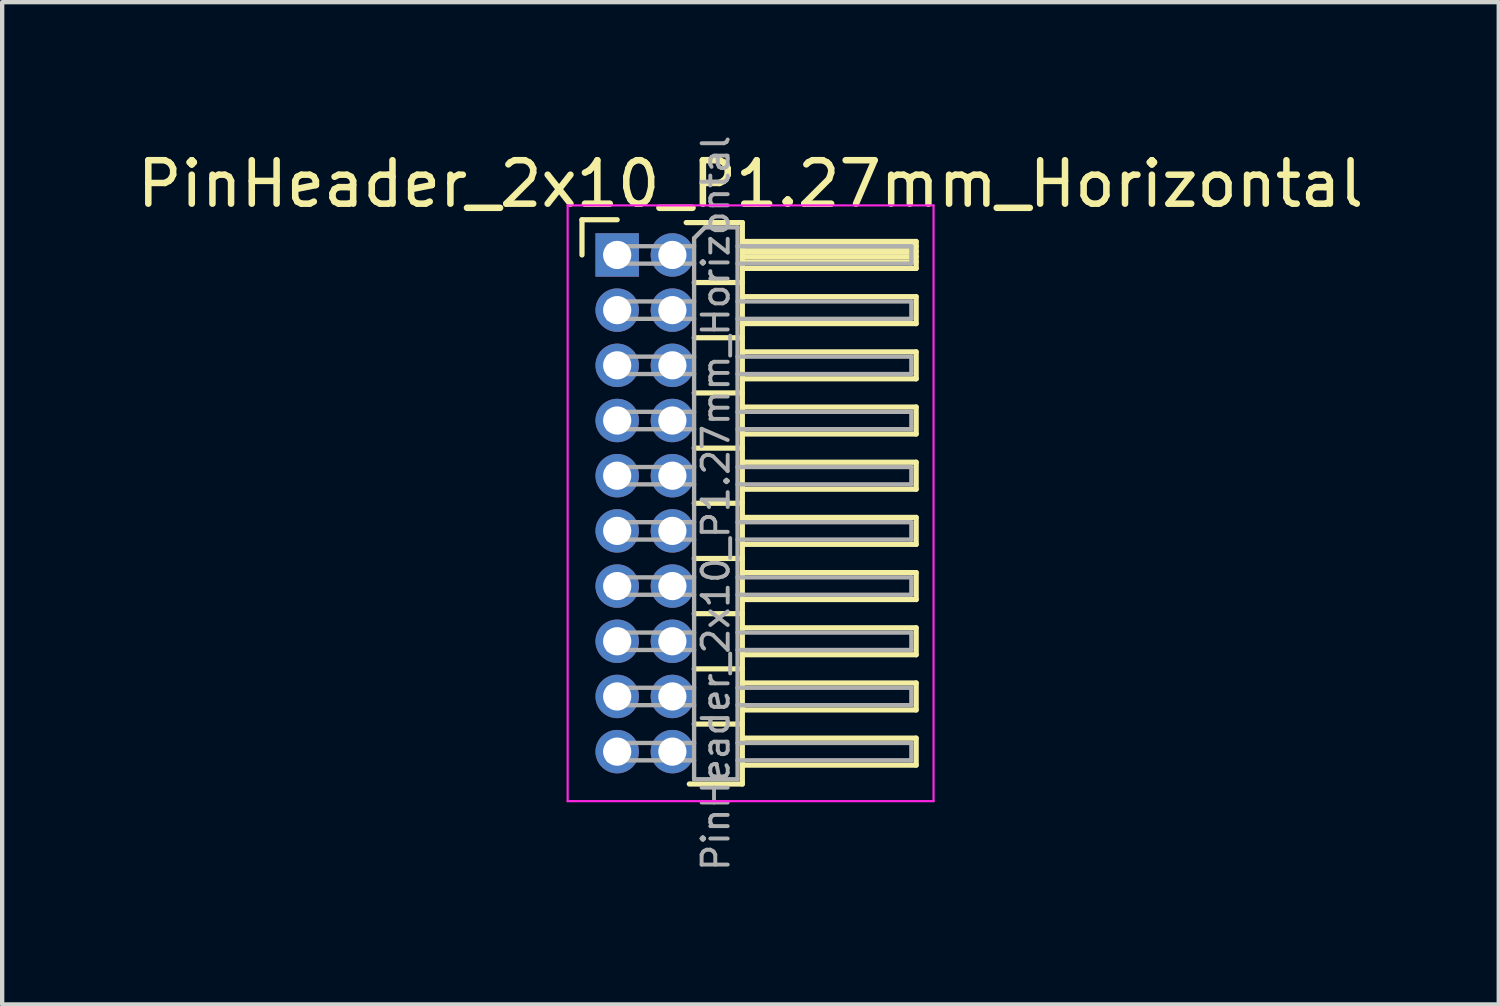
<source format=kicad_pcb>
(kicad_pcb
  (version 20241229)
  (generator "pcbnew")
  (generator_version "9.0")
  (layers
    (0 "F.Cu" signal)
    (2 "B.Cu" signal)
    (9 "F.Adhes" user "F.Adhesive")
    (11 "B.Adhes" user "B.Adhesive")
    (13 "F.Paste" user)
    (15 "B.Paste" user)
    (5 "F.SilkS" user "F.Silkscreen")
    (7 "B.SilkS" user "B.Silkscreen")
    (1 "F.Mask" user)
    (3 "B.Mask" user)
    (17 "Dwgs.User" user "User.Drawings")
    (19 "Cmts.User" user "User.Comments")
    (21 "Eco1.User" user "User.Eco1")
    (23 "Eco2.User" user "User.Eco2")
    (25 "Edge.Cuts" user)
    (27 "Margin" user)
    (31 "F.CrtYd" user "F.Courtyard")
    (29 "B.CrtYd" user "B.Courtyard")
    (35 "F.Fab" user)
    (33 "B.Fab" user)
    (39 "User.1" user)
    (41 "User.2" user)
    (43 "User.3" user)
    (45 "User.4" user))
  (footprint "PinHeader_2x10_P1.27mm_Horizontal"
    (layer "F.Cu")
    (at 11.153 2.817)
    (property "Reference" "PinHeader_2x10_P1.27mm_Horizontal" (at 3.067 -1.635 0) (layer "F.SilkS") (effects (font (size 1 1) (thickness 0.15))))
    (attr through_hole)
    (fp_line (start -0.81 -0.81) (end 0 -0.81) (stroke (width 0.12) (type solid)) (layer "F.SilkS"))
    (fp_line (start -0.81 0) (end -0.81 -0.81) (stroke (width 0.12) (type solid)) (layer "F.SilkS"))
    (fp_line (start 1.588 -0.745) (end 2.88 -0.745) (stroke (width 0.12) (type solid)) (layer "F.SilkS"))
    (fp_line (start 1.773 0.635) (end 2.88 0.635) (stroke (width 0.12) (type solid)) (layer "F.SilkS"))
    (fp_line (start 1.773 1.905) (end 2.88 1.905) (stroke (width 0.12) (type solid)) (layer "F.SilkS"))
    (fp_line (start 1.773 3.175) (end 2.88 3.175) (stroke (width 0.12) (type solid)) (layer "F.SilkS"))
    (fp_line (start 1.773 4.445) (end 2.88 4.445) (stroke (width 0.12) (type solid)) (layer "F.SilkS"))
    (fp_line (start 1.773 5.715) (end 2.88 5.715) (stroke (width 0.12) (type solid)) (layer "F.SilkS"))
    (fp_line (start 1.773 6.985) (end 2.88 6.985) (stroke (width 0.12) (type solid)) (layer "F.SilkS"))
    (fp_line (start 1.773 8.255) (end 2.88 8.255) (stroke (width 0.12) (type solid)) (layer "F.SilkS"))
    (fp_line (start 1.773 9.525) (end 2.88 9.525) (stroke (width 0.12) (type solid)) (layer "F.SilkS"))
    (fp_line (start 1.773 10.795) (end 2.88 10.795) (stroke (width 0.12) (type solid)) (layer "F.SilkS"))
    (fp_line (start 2.88 -0.745) (end 2.88 12.175) (stroke (width 0.12) (type solid)) (layer "F.SilkS"))
    (fp_line (start 2.88 -0.31) (end 6.88 -0.31) (stroke (width 0.12) (type solid)) (layer "F.SilkS"))
    (fp_line (start 2.88 -0.2) (end 6.88 -0.2) (stroke (width 0.12) (type solid)) (layer "F.SilkS"))
    (fp_line (start 2.88 -0.08) (end 6.88 -0.08) (stroke (width 0.12) (type solid)) (layer "F.SilkS"))
    (fp_line (start 2.88 0.04) (end 6.88 0.04) (stroke (width 0.12) (type solid)) (layer "F.SilkS"))
    (fp_line (start 2.88 0.16) (end 6.88 0.16) (stroke (width 0.12) (type solid)) (layer "F.SilkS"))
    (fp_line (start 2.88 0.96) (end 6.88 0.96) (stroke (width 0.12) (type solid)) (layer "F.SilkS"))
    (fp_line (start 2.88 2.23) (end 6.88 2.23) (stroke (width 0.12) (type solid)) (layer "F.SilkS"))
    (fp_line (start 2.88 3.5) (end 6.88 3.5) (stroke (width 0.12) (type solid)) (layer "F.SilkS"))
    (fp_line (start 2.88 4.77) (end 6.88 4.77) (stroke (width 0.12) (type solid)) (layer "F.SilkS"))
    (fp_line (start 2.88 6.04) (end 6.88 6.04) (stroke (width 0.12) (type solid)) (layer "F.SilkS"))
    (fp_line (start 2.88 7.31) (end 6.88 7.31) (stroke (width 0.12) (type solid)) (layer "F.SilkS"))
    (fp_line (start 2.88 8.58) (end 6.88 8.58) (stroke (width 0.12) (type solid)) (layer "F.SilkS"))
    (fp_line (start 2.88 9.85) (end 6.88 9.85) (stroke (width 0.12) (type solid)) (layer "F.SilkS"))
    (fp_line (start 2.88 11.12) (end 6.88 11.12) (stroke (width 0.12) (type solid)) (layer "F.SilkS"))
    (fp_line (start 2.88 12.175) (end 1.66 12.175) (stroke (width 0.12) (type solid)) (layer "F.SilkS"))
    (fp_line (start 6.88 -0.31) (end 6.88 0.31) (stroke (width 0.12) (type solid)) (layer "F.SilkS"))
    (fp_line (start 6.88 0.31) (end 2.88 0.31) (stroke (width 0.12) (type solid)) (layer "F.SilkS"))
    (fp_line (start 6.88 0.96) (end 6.88 1.58) (stroke (width 0.12) (type solid)) (layer "F.SilkS"))
    (fp_line (start 6.88 1.58) (end 2.88 1.58) (stroke (width 0.12) (type solid)) (layer "F.SilkS"))
    (fp_line (start 6.88 2.23) (end 6.88 2.85) (stroke (width 0.12) (type solid)) (layer "F.SilkS"))
    (fp_line (start 6.88 2.85) (end 2.88 2.85) (stroke (width 0.12) (type solid)) (layer "F.SilkS"))
    (fp_line (start 6.88 3.5) (end 6.88 4.12) (stroke (width 0.12) (type solid)) (layer "F.SilkS"))
    (fp_line (start 6.88 4.12) (end 2.88 4.12) (stroke (width 0.12) (type solid)) (layer "F.SilkS"))
    (fp_line (start 6.88 4.77) (end 6.88 5.39) (stroke (width 0.12) (type solid)) (layer "F.SilkS"))
    (fp_line (start 6.88 5.39) (end 2.88 5.39) (stroke (width 0.12) (type solid)) (layer "F.SilkS"))
    (fp_line (start 6.88 6.04) (end 6.88 6.66) (stroke (width 0.12) (type solid)) (layer "F.SilkS"))
    (fp_line (start 6.88 6.66) (end 2.88 6.66) (stroke (width 0.12) (type solid)) (layer "F.SilkS"))
    (fp_line (start 6.88 7.31) (end 6.88 7.93) (stroke (width 0.12) (type solid)) (layer "F.SilkS"))
    (fp_line (start 6.88 7.93) (end 2.88 7.93) (stroke (width 0.12) (type solid)) (layer "F.SilkS"))
    (fp_line (start 6.88 8.58) (end 6.88 9.2) (stroke (width 0.12) (type solid)) (layer "F.SilkS"))
    (fp_line (start 6.88 9.2) (end 2.88 9.2) (stroke (width 0.12) (type solid)) (layer "F.SilkS"))
    (fp_line (start 6.88 9.85) (end 6.88 10.47) (stroke (width 0.12) (type solid)) (layer "F.SilkS"))
    (fp_line (start 6.88 10.47) (end 2.88 10.47) (stroke (width 0.12) (type solid)) (layer "F.SilkS"))
    (fp_line (start 6.88 11.12) (end 6.88 11.74) (stroke (width 0.12) (type solid)) (layer "F.SilkS"))
    (fp_line (start 6.88 11.74) (end 2.88 11.74) (stroke (width 0.12) (type solid)) (layer "F.SilkS"))
    (fp_line (start -1.14 -1.14) (end -1.14 12.57) (stroke (width 0.05) (type solid)) (layer "F.CrtYd"))
    (fp_line (start -1.14 12.57) (end 7.28 12.57) (stroke (width 0.05) (type solid)) (layer "F.CrtYd"))
    (fp_line (start 7.28 -1.14) (end -1.14 -1.14) (stroke (width 0.05) (type solid)) (layer "F.CrtYd"))
    (fp_line (start 7.28 12.57) (end 7.28 -1.14) (stroke (width 0.05) (type solid)) (layer "F.CrtYd"))
    (fp_line (start -0.2 -0.2) (end -0.2 0.2) (stroke (width 0.1) (type solid)) (layer "F.Fab"))
    (fp_line (start -0.2 -0.2) (end 1.77 -0.2) (stroke (width 0.1) (type solid)) (layer "F.Fab"))
    (fp_line (start -0.2 0.2) (end 1.77 0.2) (stroke (width 0.1) (type solid)) (layer "F.Fab"))
    (fp_line (start -0.2 1.07) (end -0.2 1.47) (stroke (width 0.1) (type solid)) (layer "F.Fab"))
    (fp_line (start -0.2 1.07) (end 1.77 1.07) (stroke (width 0.1) (type solid)) (layer "F.Fab"))
    (fp_line (start -0.2 1.47) (end 1.77 1.47) (stroke (width 0.1) (type solid)) (layer "F.Fab"))
    (fp_line (start -0.2 2.34) (end -0.2 2.74) (stroke (width 0.1) (type solid)) (layer "F.Fab"))
    (fp_line (start -0.2 2.34) (end 1.77 2.34) (stroke (width 0.1) (type solid)) (layer "F.Fab"))
    (fp_line (start -0.2 2.74) (end 1.77 2.74) (stroke (width 0.1) (type solid)) (layer "F.Fab"))
    (fp_line (start -0.2 3.61) (end -0.2 4.01) (stroke (width 0.1) (type solid)) (layer "F.Fab"))
    (fp_line (start -0.2 3.61) (end 1.77 3.61) (stroke (width 0.1) (type solid)) (layer "F.Fab"))
    (fp_line (start -0.2 4.01) (end 1.77 4.01) (stroke (width 0.1) (type solid)) (layer "F.Fab"))
    (fp_line (start -0.2 4.88) (end -0.2 5.28) (stroke (width 0.1) (type solid)) (layer "F.Fab"))
    (fp_line (start -0.2 4.88) (end 1.77 4.88) (stroke (width 0.1) (type solid)) (layer "F.Fab"))
    (fp_line (start -0.2 5.28) (end 1.77 5.28) (stroke (width 0.1) (type solid)) (layer "F.Fab"))
    (fp_line (start -0.2 6.15) (end -0.2 6.55) (stroke (width 0.1) (type solid)) (layer "F.Fab"))
    (fp_line (start -0.2 6.15) (end 1.77 6.15) (stroke (width 0.1) (type solid)) (layer "F.Fab"))
    (fp_line (start -0.2 6.55) (end 1.77 6.55) (stroke (width 0.1) (type solid)) (layer "F.Fab"))
    (fp_line (start -0.2 7.42) (end -0.2 7.82) (stroke (width 0.1) (type solid)) (layer "F.Fab"))
    (fp_line (start -0.2 7.42) (end 1.77 7.42) (stroke (width 0.1) (type solid)) (layer "F.Fab"))
    (fp_line (start -0.2 7.82) (end 1.77 7.82) (stroke (width 0.1) (type solid)) (layer "F.Fab"))
    (fp_line (start -0.2 8.69) (end -0.2 9.09) (stroke (width 0.1) (type solid)) (layer "F.Fab"))
    (fp_line (start -0.2 8.69) (end 1.77 8.69) (stroke (width 0.1) (type solid)) (layer "F.Fab"))
    (fp_line (start -0.2 9.09) (end 1.77 9.09) (stroke (width 0.1) (type solid)) (layer "F.Fab"))
    (fp_line (start -0.2 9.96) (end -0.2 10.36) (stroke (width 0.1) (type solid)) (layer "F.Fab"))
    (fp_line (start -0.2 9.96) (end 1.77 9.96) (stroke (width 0.1) (type solid)) (layer "F.Fab"))
    (fp_line (start -0.2 10.36) (end 1.77 10.36) (stroke (width 0.1) (type solid)) (layer "F.Fab"))
    (fp_line (start -0.2 11.23) (end -0.2 11.63) (stroke (width 0.1) (type solid)) (layer "F.Fab"))
    (fp_line (start -0.2 11.23) (end 1.77 11.23) (stroke (width 0.1) (type solid)) (layer "F.Fab"))
    (fp_line (start -0.2 11.63) (end 1.77 11.63) (stroke (width 0.1) (type solid)) (layer "F.Fab"))
    (fp_line (start 1.77 -0.385) (end 2.02 -0.635) (stroke (width 0.1) (type solid)) (layer "F.Fab"))
    (fp_line (start 1.77 12.065) (end 1.77 -0.385) (stroke (width 0.1) (type solid)) (layer "F.Fab"))
    (fp_line (start 2.02 -0.635) (end 2.77 -0.635) (stroke (width 0.1) (type solid)) (layer "F.Fab"))
    (fp_line (start 2.77 -0.635) (end 2.77 12.065) (stroke (width 0.1) (type solid)) (layer "F.Fab"))
    (fp_line (start 2.77 -0.2) (end 6.77 -0.2) (stroke (width 0.1) (type solid)) (layer "F.Fab"))
    (fp_line (start 2.77 0.2) (end 6.77 0.2) (stroke (width 0.1) (type solid)) (layer "F.Fab"))
    (fp_line (start 2.77 1.07) (end 6.77 1.07) (stroke (width 0.1) (type solid)) (layer "F.Fab"))
    (fp_line (start 2.77 1.47) (end 6.77 1.47) (stroke (width 0.1) (type solid)) (layer "F.Fab"))
    (fp_line (start 2.77 2.34) (end 6.77 2.34) (stroke (width 0.1) (type solid)) (layer "F.Fab"))
    (fp_line (start 2.77 2.74) (end 6.77 2.74) (stroke (width 0.1) (type solid)) (layer "F.Fab"))
    (fp_line (start 2.77 3.61) (end 6.77 3.61) (stroke (width 0.1) (type solid)) (layer "F.Fab"))
    (fp_line (start 2.77 4.01) (end 6.77 4.01) (stroke (width 0.1) (type solid)) (layer "F.Fab"))
    (fp_line (start 2.77 4.88) (end 6.77 4.88) (stroke (width 0.1) (type solid)) (layer "F.Fab"))
    (fp_line (start 2.77 5.28) (end 6.77 5.28) (stroke (width 0.1) (type solid)) (layer "F.Fab"))
    (fp_line (start 2.77 6.15) (end 6.77 6.15) (stroke (width 0.1) (type solid)) (layer "F.Fab"))
    (fp_line (start 2.77 6.55) (end 6.77 6.55) (stroke (width 0.1) (type solid)) (layer "F.Fab"))
    (fp_line (start 2.77 7.42) (end 6.77 7.42) (stroke (width 0.1) (type solid)) (layer "F.Fab"))
    (fp_line (start 2.77 7.82) (end 6.77 7.82) (stroke (width 0.1) (type solid)) (layer "F.Fab"))
    (fp_line (start 2.77 8.69) (end 6.77 8.69) (stroke (width 0.1) (type solid)) (layer "F.Fab"))
    (fp_line (start 2.77 9.09) (end 6.77 9.09) (stroke (width 0.1) (type solid)) (layer "F.Fab"))
    (fp_line (start 2.77 9.96) (end 6.77 9.96) (stroke (width 0.1) (type solid)) (layer "F.Fab"))
    (fp_line (start 2.77 10.36) (end 6.77 10.36) (stroke (width 0.1) (type solid)) (layer "F.Fab"))
    (fp_line (start 2.77 11.23) (end 6.77 11.23) (stroke (width 0.1) (type solid)) (layer "F.Fab"))
    (fp_line (start 2.77 11.63) (end 6.77 11.63) (stroke (width 0.1) (type solid)) (layer "F.Fab"))
    (fp_line (start 2.77 12.065) (end 1.77 12.065) (stroke (width 0.1) (type solid)) (layer "F.Fab"))
    (fp_line (start 6.77 -0.2) (end 6.77 0.2) (stroke (width 0.1) (type solid)) (layer "F.Fab"))
    (fp_line (start 6.77 1.07) (end 6.77 1.47) (stroke (width 0.1) (type solid)) (layer "F.Fab"))
    (fp_line (start 6.77 2.34) (end 6.77 2.74) (stroke (width 0.1) (type solid)) (layer "F.Fab"))
    (fp_line (start 6.77 3.61) (end 6.77 4.01) (stroke (width 0.1) (type solid)) (layer "F.Fab"))
    (fp_line (start 6.77 4.88) (end 6.77 5.28) (stroke (width 0.1) (type solid)) (layer "F.Fab"))
    (fp_line (start 6.77 6.15) (end 6.77 6.55) (stroke (width 0.1) (type solid)) (layer "F.Fab"))
    (fp_line (start 6.77 7.42) (end 6.77 7.82) (stroke (width 0.1) (type solid)) (layer "F.Fab"))
    (fp_line (start 6.77 8.69) (end 6.77 9.09) (stroke (width 0.1) (type solid)) (layer "F.Fab"))
    (fp_line (start 6.77 9.96) (end 6.77 10.36) (stroke (width 0.1) (type solid)) (layer "F.Fab"))
    (fp_line (start 6.77 11.23) (end 6.77 11.63) (stroke (width 0.1) (type solid)) (layer "F.Fab"))
    (fp_text user "${REFERENCE}" (at 2.27 5.715 90) (layer "F.Fab") (effects (font (size 0.6 0.6) (thickness 0.09))))
    (pad "1" thru_hole rect (at 0 0) (size 1 1) (drill 0.65) (layers "*.Cu" "*.Mask"))
    (pad "2" thru_hole circle (at 1.27 0) (size 1 1) (drill 0.65) (layers "*.Cu" "*.Mask"))
    (pad "3" thru_hole circle (at 0 1.27) (size 1 1) (drill 0.65) (layers "*.Cu" "*.Mask"))
    (pad "4" thru_hole circle (at 1.27 1.27) (size 1 1) (drill 0.65) (layers "*.Cu" "*.Mask"))
    (pad "5" thru_hole circle (at 0 2.54) (size 1 1) (drill 0.65) (layers "*.Cu" "*.Mask"))
    (pad "6" thru_hole circle (at 1.27 2.54) (size 1 1) (drill 0.65) (layers "*.Cu" "*.Mask"))
    (pad "7" thru_hole circle (at 0 3.81) (size 1 1) (drill 0.65) (layers "*.Cu" "*.Mask"))
    (pad "8" thru_hole circle (at 1.27 3.81) (size 1 1) (drill 0.65) (layers "*.Cu" "*.Mask"))
    (pad "9" thru_hole circle (at 0 5.08) (size 1 1) (drill 0.65) (layers "*.Cu" "*.Mask"))
    (pad "10" thru_hole circle (at 1.27 5.08) (size 1 1) (drill 0.65) (layers "*.Cu" "*.Mask"))
    (pad "11" thru_hole circle (at 0 6.35) (size 1 1) (drill 0.65) (layers "*.Cu" "*.Mask"))
    (pad "12" thru_hole circle (at 1.27 6.35) (size 1 1) (drill 0.65) (layers "*.Cu" "*.Mask"))
    (pad "13" thru_hole circle (at 0 7.62) (size 1 1) (drill 0.65) (layers "*.Cu" "*.Mask"))
    (pad "14" thru_hole circle (at 1.27 7.62) (size 1 1) (drill 0.65) (layers "*.Cu" "*.Mask"))
    (pad "15" thru_hole circle (at 0 8.89) (size 1 1) (drill 0.65) (layers "*.Cu" "*.Mask"))
    (pad "16" thru_hole circle (at 1.27 8.89) (size 1 1) (drill 0.65) (layers "*.Cu" "*.Mask"))
    (pad "17" thru_hole circle (at 0 10.16) (size 1 1) (drill 0.65) (layers "*.Cu" "*.Mask"))
    (pad "18" thru_hole circle (at 1.27 10.16) (size 1 1) (drill 0.65) (layers "*.Cu" "*.Mask"))
    (pad "19" thru_hole circle (at 0 11.43) (size 1 1) (drill 0.65) (layers "*.Cu" "*.Mask"))
    (pad "20" thru_hole circle (at 1.27 11.43) (size 1 1) (drill 0.65) (layers "*.Cu" "*.Mask")))
  (gr_rect
    (start -3 -3)
    (end 31.44 20.064)
    (stroke (width 0.1) (type default))
    (fill no)
    (layer "Edge.Cuts")))
</source>
